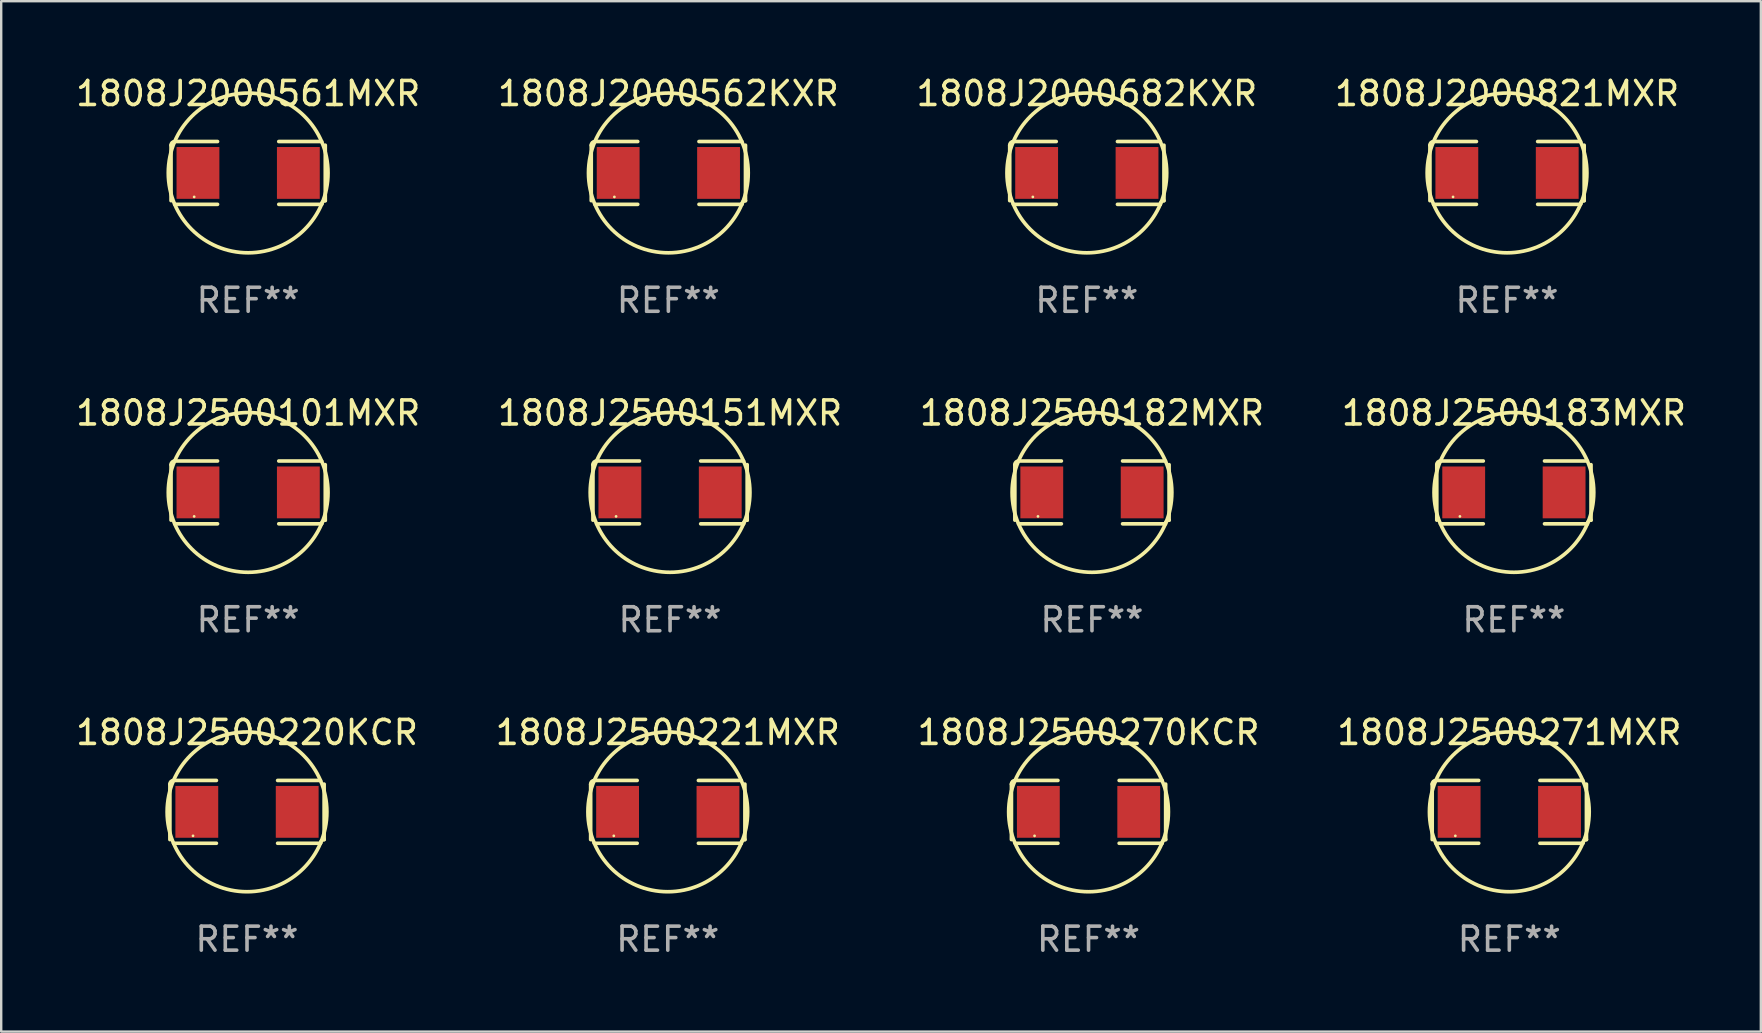
<source format=kicad_pcb>
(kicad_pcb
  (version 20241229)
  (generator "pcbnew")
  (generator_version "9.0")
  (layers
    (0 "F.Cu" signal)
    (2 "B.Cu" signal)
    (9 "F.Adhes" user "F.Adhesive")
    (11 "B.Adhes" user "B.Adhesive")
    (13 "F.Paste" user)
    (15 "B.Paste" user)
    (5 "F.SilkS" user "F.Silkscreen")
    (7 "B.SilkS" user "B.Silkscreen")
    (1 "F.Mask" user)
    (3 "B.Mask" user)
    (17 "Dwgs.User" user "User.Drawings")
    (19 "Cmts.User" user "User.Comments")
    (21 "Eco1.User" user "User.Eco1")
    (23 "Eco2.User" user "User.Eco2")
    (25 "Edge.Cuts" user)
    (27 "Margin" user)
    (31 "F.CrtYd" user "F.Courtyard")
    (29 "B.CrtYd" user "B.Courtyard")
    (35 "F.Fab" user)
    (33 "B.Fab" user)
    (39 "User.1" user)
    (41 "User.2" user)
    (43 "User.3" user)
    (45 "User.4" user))
  (footprint "1808J2000682KXR"
    (layer "F.Cu")
    (at 42.244 4.157)
    (property "Reference" "1808J2000682KXR" (at 0 -3.309 0) (layer "F.SilkS") (effects (font (size 1 1) (thickness 0.15))))
    (attr through_hole)
    (fp_line (start -3.214 -1.156) (end -3.214 1.156) (stroke (width 0.152) (type solid)) (layer "F.SilkS"))
    (fp_line (start -3.061 1.309) (end -1.276 1.309) (stroke (width 0.152) (type solid)) (layer "F.SilkS"))
    (fp_line (start -1.276 -1.309) (end -3.061 -1.309) (stroke (width 0.152) (type solid)) (layer "F.SilkS"))
    (fp_line (start 1.276 -1.309) (end 3.061 -1.309) (stroke (width 0.152) (type solid)) (layer "F.SilkS"))
    (fp_line (start 3.061 1.309) (end 1.276 1.309) (stroke (width 0.152) (type solid)) (layer "F.SilkS"))
    (fp_line (start 3.214 -1.156) (end 3.214 1.156) (stroke (width 0.152) (type solid)) (layer "F.SilkS"))
    (fp_arc (start -3.21359 -1.15621) (mid -3.168953 -1.263974) (end -3.061189 -1.308611) (stroke (width 0.1524) (type solid)) (layer "F.SilkS"))
    (fp_arc (start 3.061188 1.308611) (mid 3.105825 1.200847) (end 3.213589 1.15621) (stroke (width 0.1524) (type solid)) (layer "F.SilkS"))
    (fp_arc (start 3.061189 -1.308611) (mid -3.061167 1.308589) (end 3.061189 -1.308611) (stroke (width 0.1524) (type solid)) (layer "F.SilkS"))
    (fp_circle (center -2.25 1) (end -2.22 1) (stroke (width 0.06) (type solid)) (fill no) (layer "F.SilkS"))
    (fp_text user "REF**" (at 0 5.309 0) (layer "F.Fab") (effects (font (size 1 1) (thickness 0.15))))
    (pad "1" smd rect (at -2.092 0) (size 1.785 2.16) (layers "F.Cu" "F.Mask" "F.Paste"))
    (pad "2" smd rect (at 2.092 0) (size 1.785 2.16) (layers "F.Cu" "F.Mask" "F.Paste")))
  (footprint "1808J2500220KCR"
    (layer "F.Cu")
    (at 7.244 30.784)
    (property "Reference" "1808J2500220KCR" (at 0 -3.309 0) (layer "F.SilkS") (effects (font (size 1 1) (thickness 0.15))))
    (attr through_hole)
    (fp_line (start -3.214 -1.156) (end -3.214 1.156) (stroke (width 0.152) (type solid)) (layer "F.SilkS"))
    (fp_line (start -3.061 1.309) (end -1.276 1.309) (stroke (width 0.152) (type solid)) (layer "F.SilkS"))
    (fp_line (start -1.276 -1.309) (end -3.061 -1.309) (stroke (width 0.152) (type solid)) (layer "F.SilkS"))
    (fp_line (start 1.276 -1.309) (end 3.061 -1.309) (stroke (width 0.152) (type solid)) (layer "F.SilkS"))
    (fp_line (start 3.061 1.309) (end 1.276 1.309) (stroke (width 0.152) (type solid)) (layer "F.SilkS"))
    (fp_line (start 3.214 -1.156) (end 3.214 1.156) (stroke (width 0.152) (type solid)) (layer "F.SilkS"))
    (fp_arc (start -3.21359 -1.15621) (mid -3.168953 -1.263974) (end -3.061189 -1.308611) (stroke (width 0.1524) (type solid)) (layer "F.SilkS"))
    (fp_arc (start 3.061188 1.308611) (mid 3.105825 1.200847) (end 3.213589 1.15621) (stroke (width 0.1524) (type solid)) (layer "F.SilkS"))
    (fp_arc (start 3.061189 -1.308611) (mid -3.061167 1.308589) (end 3.061189 -1.308611) (stroke (width 0.1524) (type solid)) (layer "F.SilkS"))
    (fp_circle (center -2.25 1) (end -2.22 1) (stroke (width 0.06) (type solid)) (fill no) (layer "F.SilkS"))
    (fp_text user "REF**" (at 0 5.309 0) (layer "F.Fab") (effects (font (size 1 1) (thickness 0.15))))
    (pad "1" smd rect (at -2.092 0) (size 1.785 2.16) (layers "F.Cu" "F.Mask" "F.Paste"))
    (pad "2" smd rect (at 2.092 0) (size 1.785 2.16) (layers "F.Cu" "F.Mask" "F.Paste")))
  (footprint "1808J2500270KCR"
    (layer "F.Cu")
    (at 42.315 30.784)
    (property "Reference" "1808J2500270KCR" (at 0 -3.309 0) (layer "F.SilkS") (effects (font (size 1 1) (thickness 0.15))))
    (attr through_hole)
    (fp_line (start -3.214 -1.156) (end -3.214 1.156) (stroke (width 0.152) (type solid)) (layer "F.SilkS"))
    (fp_line (start -3.061 1.309) (end -1.276 1.309) (stroke (width 0.152) (type solid)) (layer "F.SilkS"))
    (fp_line (start -1.276 -1.309) (end -3.061 -1.309) (stroke (width 0.152) (type solid)) (layer "F.SilkS"))
    (fp_line (start 1.276 -1.309) (end 3.061 -1.309) (stroke (width 0.152) (type solid)) (layer "F.SilkS"))
    (fp_line (start 3.061 1.309) (end 1.276 1.309) (stroke (width 0.152) (type solid)) (layer "F.SilkS"))
    (fp_line (start 3.214 -1.156) (end 3.214 1.156) (stroke (width 0.152) (type solid)) (layer "F.SilkS"))
    (fp_arc (start -3.21359 -1.15621) (mid -3.168953 -1.263974) (end -3.061189 -1.308611) (stroke (width 0.1524) (type solid)) (layer "F.SilkS"))
    (fp_arc (start 3.061188 1.308611) (mid 3.105825 1.200847) (end 3.213589 1.15621) (stroke (width 0.1524) (type solid)) (layer "F.SilkS"))
    (fp_arc (start 3.061189 -1.308611) (mid -3.061167 1.308589) (end 3.061189 -1.308611) (stroke (width 0.1524) (type solid)) (layer "F.SilkS"))
    (fp_circle (center -2.25 1) (end -2.22 1) (stroke (width 0.06) (type solid)) (fill no) (layer "F.SilkS"))
    (fp_text user "REF**" (at 0 5.309 0) (layer "F.Fab") (effects (font (size 1 1) (thickness 0.15))))
    (pad "1" smd rect (at -2.092 0) (size 1.785 2.16) (layers "F.Cu" "F.Mask" "F.Paste"))
    (pad "2" smd rect (at 2.092 0) (size 1.785 2.16) (layers "F.Cu" "F.Mask" "F.Paste")))
  (footprint "1808J2000562KXR"
    (layer "F.Cu")
    (at 24.804 4.157)
    (property "Reference" "1808J2000562KXR" (at 0 -3.309 0) (layer "F.SilkS") (effects (font (size 1 1) (thickness 0.15))))
    (attr through_hole)
    (fp_line (start -3.214 -1.156) (end -3.214 1.156) (stroke (width 0.152) (type solid)) (layer "F.SilkS"))
    (fp_line (start -3.061 1.309) (end -1.276 1.309) (stroke (width 0.152) (type solid)) (layer "F.SilkS"))
    (fp_line (start -1.276 -1.309) (end -3.061 -1.309) (stroke (width 0.152) (type solid)) (layer "F.SilkS"))
    (fp_line (start 1.276 -1.309) (end 3.061 -1.309) (stroke (width 0.152) (type solid)) (layer "F.SilkS"))
    (fp_line (start 3.061 1.309) (end 1.276 1.309) (stroke (width 0.152) (type solid)) (layer "F.SilkS"))
    (fp_line (start 3.214 -1.156) (end 3.214 1.156) (stroke (width 0.152) (type solid)) (layer "F.SilkS"))
    (fp_arc (start -3.21359 -1.15621) (mid -3.168953 -1.263974) (end -3.061189 -1.308611) (stroke (width 0.1524) (type solid)) (layer "F.SilkS"))
    (fp_arc (start 3.061188 1.308611) (mid 3.105825 1.200847) (end 3.213589 1.15621) (stroke (width 0.1524) (type solid)) (layer "F.SilkS"))
    (fp_arc (start 3.061189 -1.308611) (mid -3.061167 1.308589) (end 3.061189 -1.308611) (stroke (width 0.1524) (type solid)) (layer "F.SilkS"))
    (fp_circle (center -2.25 1) (end -2.22 1) (stroke (width 0.06) (type solid)) (fill no) (layer "F.SilkS"))
    (fp_text user "REF**" (at 0 5.309 0) (layer "F.Fab") (effects (font (size 1 1) (thickness 0.15))))
    (pad "1" smd rect (at -2.092 0) (size 1.785 2.16) (layers "F.Cu" "F.Mask" "F.Paste"))
    (pad "2" smd rect (at 2.092 0) (size 1.785 2.16) (layers "F.Cu" "F.Mask" "F.Paste")))
  (footprint "1808J2500271MXR"
    (layer "F.Cu")
    (at 59.851 30.784)
    (property "Reference" "1808J2500271MXR" (at 0 -3.309 0) (layer "F.SilkS") (effects (font (size 1 1) (thickness 0.15))))
    (attr through_hole)
    (fp_line (start -3.214 -1.156) (end -3.214 1.156) (stroke (width 0.152) (type solid)) (layer "F.SilkS"))
    (fp_line (start -3.061 1.309) (end -1.276 1.309) (stroke (width 0.152) (type solid)) (layer "F.SilkS"))
    (fp_line (start -1.276 -1.309) (end -3.061 -1.309) (stroke (width 0.152) (type solid)) (layer "F.SilkS"))
    (fp_line (start 1.276 -1.309) (end 3.061 -1.309) (stroke (width 0.152) (type solid)) (layer "F.SilkS"))
    (fp_line (start 3.061 1.309) (end 1.276 1.309) (stroke (width 0.152) (type solid)) (layer "F.SilkS"))
    (fp_line (start 3.214 -1.156) (end 3.214 1.156) (stroke (width 0.152) (type solid)) (layer "F.SilkS"))
    (fp_arc (start -3.21359 -1.15621) (mid -3.168953 -1.263974) (end -3.061189 -1.308611) (stroke (width 0.1524) (type solid)) (layer "F.SilkS"))
    (fp_arc (start 3.061188 1.308611) (mid 3.105825 1.200847) (end 3.213589 1.15621) (stroke (width 0.1524) (type solid)) (layer "F.SilkS"))
    (fp_arc (start 3.061189 -1.308611) (mid -3.061167 1.308589) (end 3.061189 -1.308611) (stroke (width 0.1524) (type solid)) (layer "F.SilkS"))
    (fp_circle (center -2.25 1) (end -2.22 1) (stroke (width 0.06) (type solid)) (fill no) (layer "F.SilkS"))
    (fp_text user "REF**" (at 0 5.309 0) (layer "F.Fab") (effects (font (size 1 1) (thickness 0.15))))
    (pad "1" smd rect (at -2.092 0) (size 1.785 2.16) (layers "F.Cu" "F.Mask" "F.Paste"))
    (pad "2" smd rect (at 2.092 0) (size 1.785 2.16) (layers "F.Cu" "F.Mask" "F.Paste")))
  (footprint "1808J2000561MXR"
    (layer "F.Cu")
    (at 7.292 4.157)
    (property "Reference" "1808J2000561MXR" (at 0 -3.309 0) (layer "F.SilkS") (effects (font (size 1 1) (thickness 0.15))))
    (attr through_hole)
    (fp_line (start -3.214 -1.156) (end -3.214 1.156) (stroke (width 0.152) (type solid)) (layer "F.SilkS"))
    (fp_line (start -3.061 1.309) (end -1.276 1.309) (stroke (width 0.152) (type solid)) (layer "F.SilkS"))
    (fp_line (start -1.276 -1.309) (end -3.061 -1.309) (stroke (width 0.152) (type solid)) (layer "F.SilkS"))
    (fp_line (start 1.276 -1.309) (end 3.061 -1.309) (stroke (width 0.152) (type solid)) (layer "F.SilkS"))
    (fp_line (start 3.061 1.309) (end 1.276 1.309) (stroke (width 0.152) (type solid)) (layer "F.SilkS"))
    (fp_line (start 3.214 -1.156) (end 3.214 1.156) (stroke (width 0.152) (type solid)) (layer "F.SilkS"))
    (fp_arc (start -3.21359 -1.15621) (mid -3.168953 -1.263974) (end -3.061189 -1.308611) (stroke (width 0.1524) (type solid)) (layer "F.SilkS"))
    (fp_arc (start 3.061188 1.308611) (mid 3.105825 1.200847) (end 3.213589 1.15621) (stroke (width 0.1524) (type solid)) (layer "F.SilkS"))
    (fp_arc (start 3.061189 -1.308611) (mid -3.061167 1.308589) (end 3.061189 -1.308611) (stroke (width 0.1524) (type solid)) (layer "F.SilkS"))
    (fp_circle (center -2.25 1) (end -2.22 1) (stroke (width 0.06) (type solid)) (fill no) (layer "F.SilkS"))
    (fp_text user "REF**" (at 0 5.309 0) (layer "F.Fab") (effects (font (size 1 1) (thickness 0.15))))
    (pad "1" smd rect (at -2.092 0) (size 1.785 2.16) (layers "F.Cu" "F.Mask" "F.Paste"))
    (pad "2" smd rect (at 2.092 0) (size 1.785 2.16) (layers "F.Cu" "F.Mask" "F.Paste")))
  (footprint "1808J2500183MXR"
    (layer "F.Cu")
    (at 60.042 17.471)
    (property "Reference" "1808J2500183MXR" (at 0 -3.309 0) (layer "F.SilkS") (effects (font (size 1 1) (thickness 0.15))))
    (attr through_hole)
    (fp_line (start -3.214 -1.156) (end -3.214 1.156) (stroke (width 0.152) (type solid)) (layer "F.SilkS"))
    (fp_line (start -3.061 1.309) (end -1.276 1.309) (stroke (width 0.152) (type solid)) (layer "F.SilkS"))
    (fp_line (start -1.276 -1.309) (end -3.061 -1.309) (stroke (width 0.152) (type solid)) (layer "F.SilkS"))
    (fp_line (start 1.276 -1.309) (end 3.061 -1.309) (stroke (width 0.152) (type solid)) (layer "F.SilkS"))
    (fp_line (start 3.061 1.309) (end 1.276 1.309) (stroke (width 0.152) (type solid)) (layer "F.SilkS"))
    (fp_line (start 3.214 -1.156) (end 3.214 1.156) (stroke (width 0.152) (type solid)) (layer "F.SilkS"))
    (fp_arc (start -3.21359 -1.15621) (mid -3.168953 -1.263974) (end -3.061189 -1.308611) (stroke (width 0.1524) (type solid)) (layer "F.SilkS"))
    (fp_arc (start 3.061188 1.308611) (mid 3.105825 1.200847) (end 3.213589 1.15621) (stroke (width 0.1524) (type solid)) (layer "F.SilkS"))
    (fp_arc (start 3.061189 -1.308611) (mid -3.061167 1.308589) (end 3.061189 -1.308611) (stroke (width 0.1524) (type solid)) (layer "F.SilkS"))
    (fp_circle (center -2.25 1) (end -2.22 1) (stroke (width 0.06) (type solid)) (fill no) (layer "F.SilkS"))
    (fp_text user "REF**" (at 0 5.309 0) (layer "F.Fab") (effects (font (size 1 1) (thickness 0.15))))
    (pad "1" smd rect (at -2.092 0) (size 1.785 2.16) (layers "F.Cu" "F.Mask" "F.Paste"))
    (pad "2" smd rect (at 2.092 0) (size 1.785 2.16) (layers "F.Cu" "F.Mask" "F.Paste")))
  (footprint "1808J2500151MXR"
    (layer "F.Cu")
    (at 24.875 17.471)
    (property "Reference" "1808J2500151MXR" (at 0 -3.309 0) (layer "F.SilkS") (effects (font (size 1 1) (thickness 0.15))))
    (attr through_hole)
    (fp_line (start -3.214 -1.156) (end -3.214 1.156) (stroke (width 0.152) (type solid)) (layer "F.SilkS"))
    (fp_line (start -3.061 1.309) (end -1.276 1.309) (stroke (width 0.152) (type solid)) (layer "F.SilkS"))
    (fp_line (start -1.276 -1.309) (end -3.061 -1.309) (stroke (width 0.152) (type solid)) (layer "F.SilkS"))
    (fp_line (start 1.276 -1.309) (end 3.061 -1.309) (stroke (width 0.152) (type solid)) (layer "F.SilkS"))
    (fp_line (start 3.061 1.309) (end 1.276 1.309) (stroke (width 0.152) (type solid)) (layer "F.SilkS"))
    (fp_line (start 3.214 -1.156) (end 3.214 1.156) (stroke (width 0.152) (type solid)) (layer "F.SilkS"))
    (fp_arc (start -3.21359 -1.15621) (mid -3.168953 -1.263974) (end -3.061189 -1.308611) (stroke (width 0.1524) (type solid)) (layer "F.SilkS"))
    (fp_arc (start 3.061188 1.308611) (mid 3.105825 1.200847) (end 3.213589 1.15621) (stroke (width 0.1524) (type solid)) (layer "F.SilkS"))
    (fp_arc (start 3.061189 -1.308611) (mid -3.061167 1.308589) (end 3.061189 -1.308611) (stroke (width 0.1524) (type solid)) (layer "F.SilkS"))
    (fp_circle (center -2.25 1) (end -2.22 1) (stroke (width 0.06) (type solid)) (fill no) (layer "F.SilkS"))
    (fp_text user "REF**" (at 0 5.309 0) (layer "F.Fab") (effects (font (size 1 1) (thickness 0.15))))
    (pad "1" smd rect (at -2.092 0) (size 1.785 2.16) (layers "F.Cu" "F.Mask" "F.Paste"))
    (pad "2" smd rect (at 2.092 0) (size 1.785 2.16) (layers "F.Cu" "F.Mask" "F.Paste")))
  (footprint "1808J2500182MXR"
    (layer "F.Cu")
    (at 42.458 17.471)
    (property "Reference" "1808J2500182MXR" (at 0 -3.309 0) (layer "F.SilkS") (effects (font (size 1 1) (thickness 0.15))))
    (attr through_hole)
    (fp_line (start -3.214 -1.156) (end -3.214 1.156) (stroke (width 0.152) (type solid)) (layer "F.SilkS"))
    (fp_line (start -3.061 1.309) (end -1.276 1.309) (stroke (width 0.152) (type solid)) (layer "F.SilkS"))
    (fp_line (start -1.276 -1.309) (end -3.061 -1.309) (stroke (width 0.152) (type solid)) (layer "F.SilkS"))
    (fp_line (start 1.276 -1.309) (end 3.061 -1.309) (stroke (width 0.152) (type solid)) (layer "F.SilkS"))
    (fp_line (start 3.061 1.309) (end 1.276 1.309) (stroke (width 0.152) (type solid)) (layer "F.SilkS"))
    (fp_line (start 3.214 -1.156) (end 3.214 1.156) (stroke (width 0.152) (type solid)) (layer "F.SilkS"))
    (fp_arc (start -3.21359 -1.15621) (mid -3.168953 -1.263974) (end -3.061189 -1.308611) (stroke (width 0.1524) (type solid)) (layer "F.SilkS"))
    (fp_arc (start 3.061188 1.308611) (mid 3.105825 1.200847) (end 3.213589 1.15621) (stroke (width 0.1524) (type solid)) (layer "F.SilkS"))
    (fp_arc (start 3.061189 -1.308611) (mid -3.061167 1.308589) (end 3.061189 -1.308611) (stroke (width 0.1524) (type solid)) (layer "F.SilkS"))
    (fp_circle (center -2.25 1) (end -2.22 1) (stroke (width 0.06) (type solid)) (fill no) (layer "F.SilkS"))
    (fp_text user "REF**" (at 0 5.309 0) (layer "F.Fab") (effects (font (size 1 1) (thickness 0.15))))
    (pad "1" smd rect (at -2.092 0) (size 1.785 2.16) (layers "F.Cu" "F.Mask" "F.Paste"))
    (pad "2" smd rect (at 2.092 0) (size 1.785 2.16) (layers "F.Cu" "F.Mask" "F.Paste")))
  (footprint "1808J2500221MXR"
    (layer "F.Cu")
    (at 24.78 30.784)
    (property "Reference" "1808J2500221MXR" (at 0 -3.309 0) (layer "F.SilkS") (effects (font (size 1 1) (thickness 0.15))))
    (attr through_hole)
    (fp_line (start -3.214 -1.156) (end -3.214 1.156) (stroke (width 0.152) (type solid)) (layer "F.SilkS"))
    (fp_line (start -3.061 1.309) (end -1.276 1.309) (stroke (width 0.152) (type solid)) (layer "F.SilkS"))
    (fp_line (start -1.276 -1.309) (end -3.061 -1.309) (stroke (width 0.152) (type solid)) (layer "F.SilkS"))
    (fp_line (start 1.276 -1.309) (end 3.061 -1.309) (stroke (width 0.152) (type solid)) (layer "F.SilkS"))
    (fp_line (start 3.061 1.309) (end 1.276 1.309) (stroke (width 0.152) (type solid)) (layer "F.SilkS"))
    (fp_line (start 3.214 -1.156) (end 3.214 1.156) (stroke (width 0.152) (type solid)) (layer "F.SilkS"))
    (fp_arc (start -3.21359 -1.15621) (mid -3.168953 -1.263974) (end -3.061189 -1.308611) (stroke (width 0.1524) (type solid)) (layer "F.SilkS"))
    (fp_arc (start 3.061188 1.308611) (mid 3.105825 1.200847) (end 3.213589 1.15621) (stroke (width 0.1524) (type solid)) (layer "F.SilkS"))
    (fp_arc (start 3.061189 -1.308611) (mid -3.061167 1.308589) (end 3.061189 -1.308611) (stroke (width 0.1524) (type solid)) (layer "F.SilkS"))
    (fp_circle (center -2.25 1) (end -2.22 1) (stroke (width 0.06) (type solid)) (fill no) (layer "F.SilkS"))
    (fp_text user "REF**" (at 0 5.309 0) (layer "F.Fab") (effects (font (size 1 1) (thickness 0.15))))
    (pad "1" smd rect (at -2.092 0) (size 1.785 2.16) (layers "F.Cu" "F.Mask" "F.Paste"))
    (pad "2" smd rect (at 2.092 0) (size 1.785 2.16) (layers "F.Cu" "F.Mask" "F.Paste")))
  (footprint "1808J2500101MXR"
    (layer "F.Cu")
    (at 7.292 17.471)
    (property "Reference" "1808J2500101MXR" (at 0 -3.309 0) (layer "F.SilkS") (effects (font (size 1 1) (thickness 0.15))))
    (attr through_hole)
    (fp_line (start -3.214 -1.156) (end -3.214 1.156) (stroke (width 0.152) (type solid)) (layer "F.SilkS"))
    (fp_line (start -3.061 1.309) (end -1.276 1.309) (stroke (width 0.152) (type solid)) (layer "F.SilkS"))
    (fp_line (start -1.276 -1.309) (end -3.061 -1.309) (stroke (width 0.152) (type solid)) (layer "F.SilkS"))
    (fp_line (start 1.276 -1.309) (end 3.061 -1.309) (stroke (width 0.152) (type solid)) (layer "F.SilkS"))
    (fp_line (start 3.061 1.309) (end 1.276 1.309) (stroke (width 0.152) (type solid)) (layer "F.SilkS"))
    (fp_line (start 3.214 -1.156) (end 3.214 1.156) (stroke (width 0.152) (type solid)) (layer "F.SilkS"))
    (fp_arc (start -3.21359 -1.15621) (mid -3.168953 -1.263974) (end -3.061189 -1.308611) (stroke (width 0.1524) (type solid)) (layer "F.SilkS"))
    (fp_arc (start 3.061188 1.308611) (mid 3.105825 1.200847) (end 3.213589 1.15621) (stroke (width 0.1524) (type solid)) (layer "F.SilkS"))
    (fp_arc (start 3.061189 -1.308611) (mid -3.061167 1.308589) (end 3.061189 -1.308611) (stroke (width 0.1524) (type solid)) (layer "F.SilkS"))
    (fp_circle (center -2.25 1) (end -2.22 1) (stroke (width 0.06) (type solid)) (fill no) (layer "F.SilkS"))
    (fp_text user "REF**" (at 0 5.309 0) (layer "F.Fab") (effects (font (size 1 1) (thickness 0.15))))
    (pad "1" smd rect (at -2.092 0) (size 1.785 2.16) (layers "F.Cu" "F.Mask" "F.Paste"))
    (pad "2" smd rect (at 2.092 0) (size 1.785 2.16) (layers "F.Cu" "F.Mask" "F.Paste")))
  (footprint "1808J2000821MXR"
    (layer "F.Cu")
    (at 59.756 4.157)
    (property "Reference" "1808J2000821MXR" (at 0 -3.309 0) (layer "F.SilkS") (effects (font (size 1 1) (thickness 0.15))))
    (attr through_hole)
    (fp_line (start -3.214 -1.156) (end -3.214 1.156) (stroke (width 0.152) (type solid)) (layer "F.SilkS"))
    (fp_line (start -3.061 1.309) (end -1.276 1.309) (stroke (width 0.152) (type solid)) (layer "F.SilkS"))
    (fp_line (start -1.276 -1.309) (end -3.061 -1.309) (stroke (width 0.152) (type solid)) (layer "F.SilkS"))
    (fp_line (start 1.276 -1.309) (end 3.061 -1.309) (stroke (width 0.152) (type solid)) (layer "F.SilkS"))
    (fp_line (start 3.061 1.309) (end 1.276 1.309) (stroke (width 0.152) (type solid)) (layer "F.SilkS"))
    (fp_line (start 3.214 -1.156) (end 3.214 1.156) (stroke (width 0.152) (type solid)) (layer "F.SilkS"))
    (fp_arc (start -3.21359 -1.15621) (mid -3.168953 -1.263974) (end -3.061189 -1.308611) (stroke (width 0.1524) (type solid)) (layer "F.SilkS"))
    (fp_arc (start 3.061188 1.308611) (mid 3.105825 1.200847) (end 3.213589 1.15621) (stroke (width 0.1524) (type solid)) (layer "F.SilkS"))
    (fp_arc (start 3.061189 -1.308611) (mid -3.061167 1.308589) (end 3.061189 -1.308611) (stroke (width 0.1524) (type solid)) (layer "F.SilkS"))
    (fp_circle (center -2.25 1) (end -2.22 1) (stroke (width 0.06) (type solid)) (fill no) (layer "F.SilkS"))
    (fp_text user "REF**" (at 0 5.309 0) (layer "F.Fab") (effects (font (size 1 1) (thickness 0.15))))
    (pad "1" smd rect (at -2.092 0) (size 1.785 2.16) (layers "F.Cu" "F.Mask" "F.Paste"))
    (pad "2" smd rect (at 2.092 0) (size 1.785 2.16) (layers "F.Cu" "F.Mask" "F.Paste")))
  (gr_rect
    (start -3 -3)
    (end 70.333 39.941)
    (stroke (width 0.1) (type default))
    (fill no)
    (layer "Edge.Cuts")))
</source>
